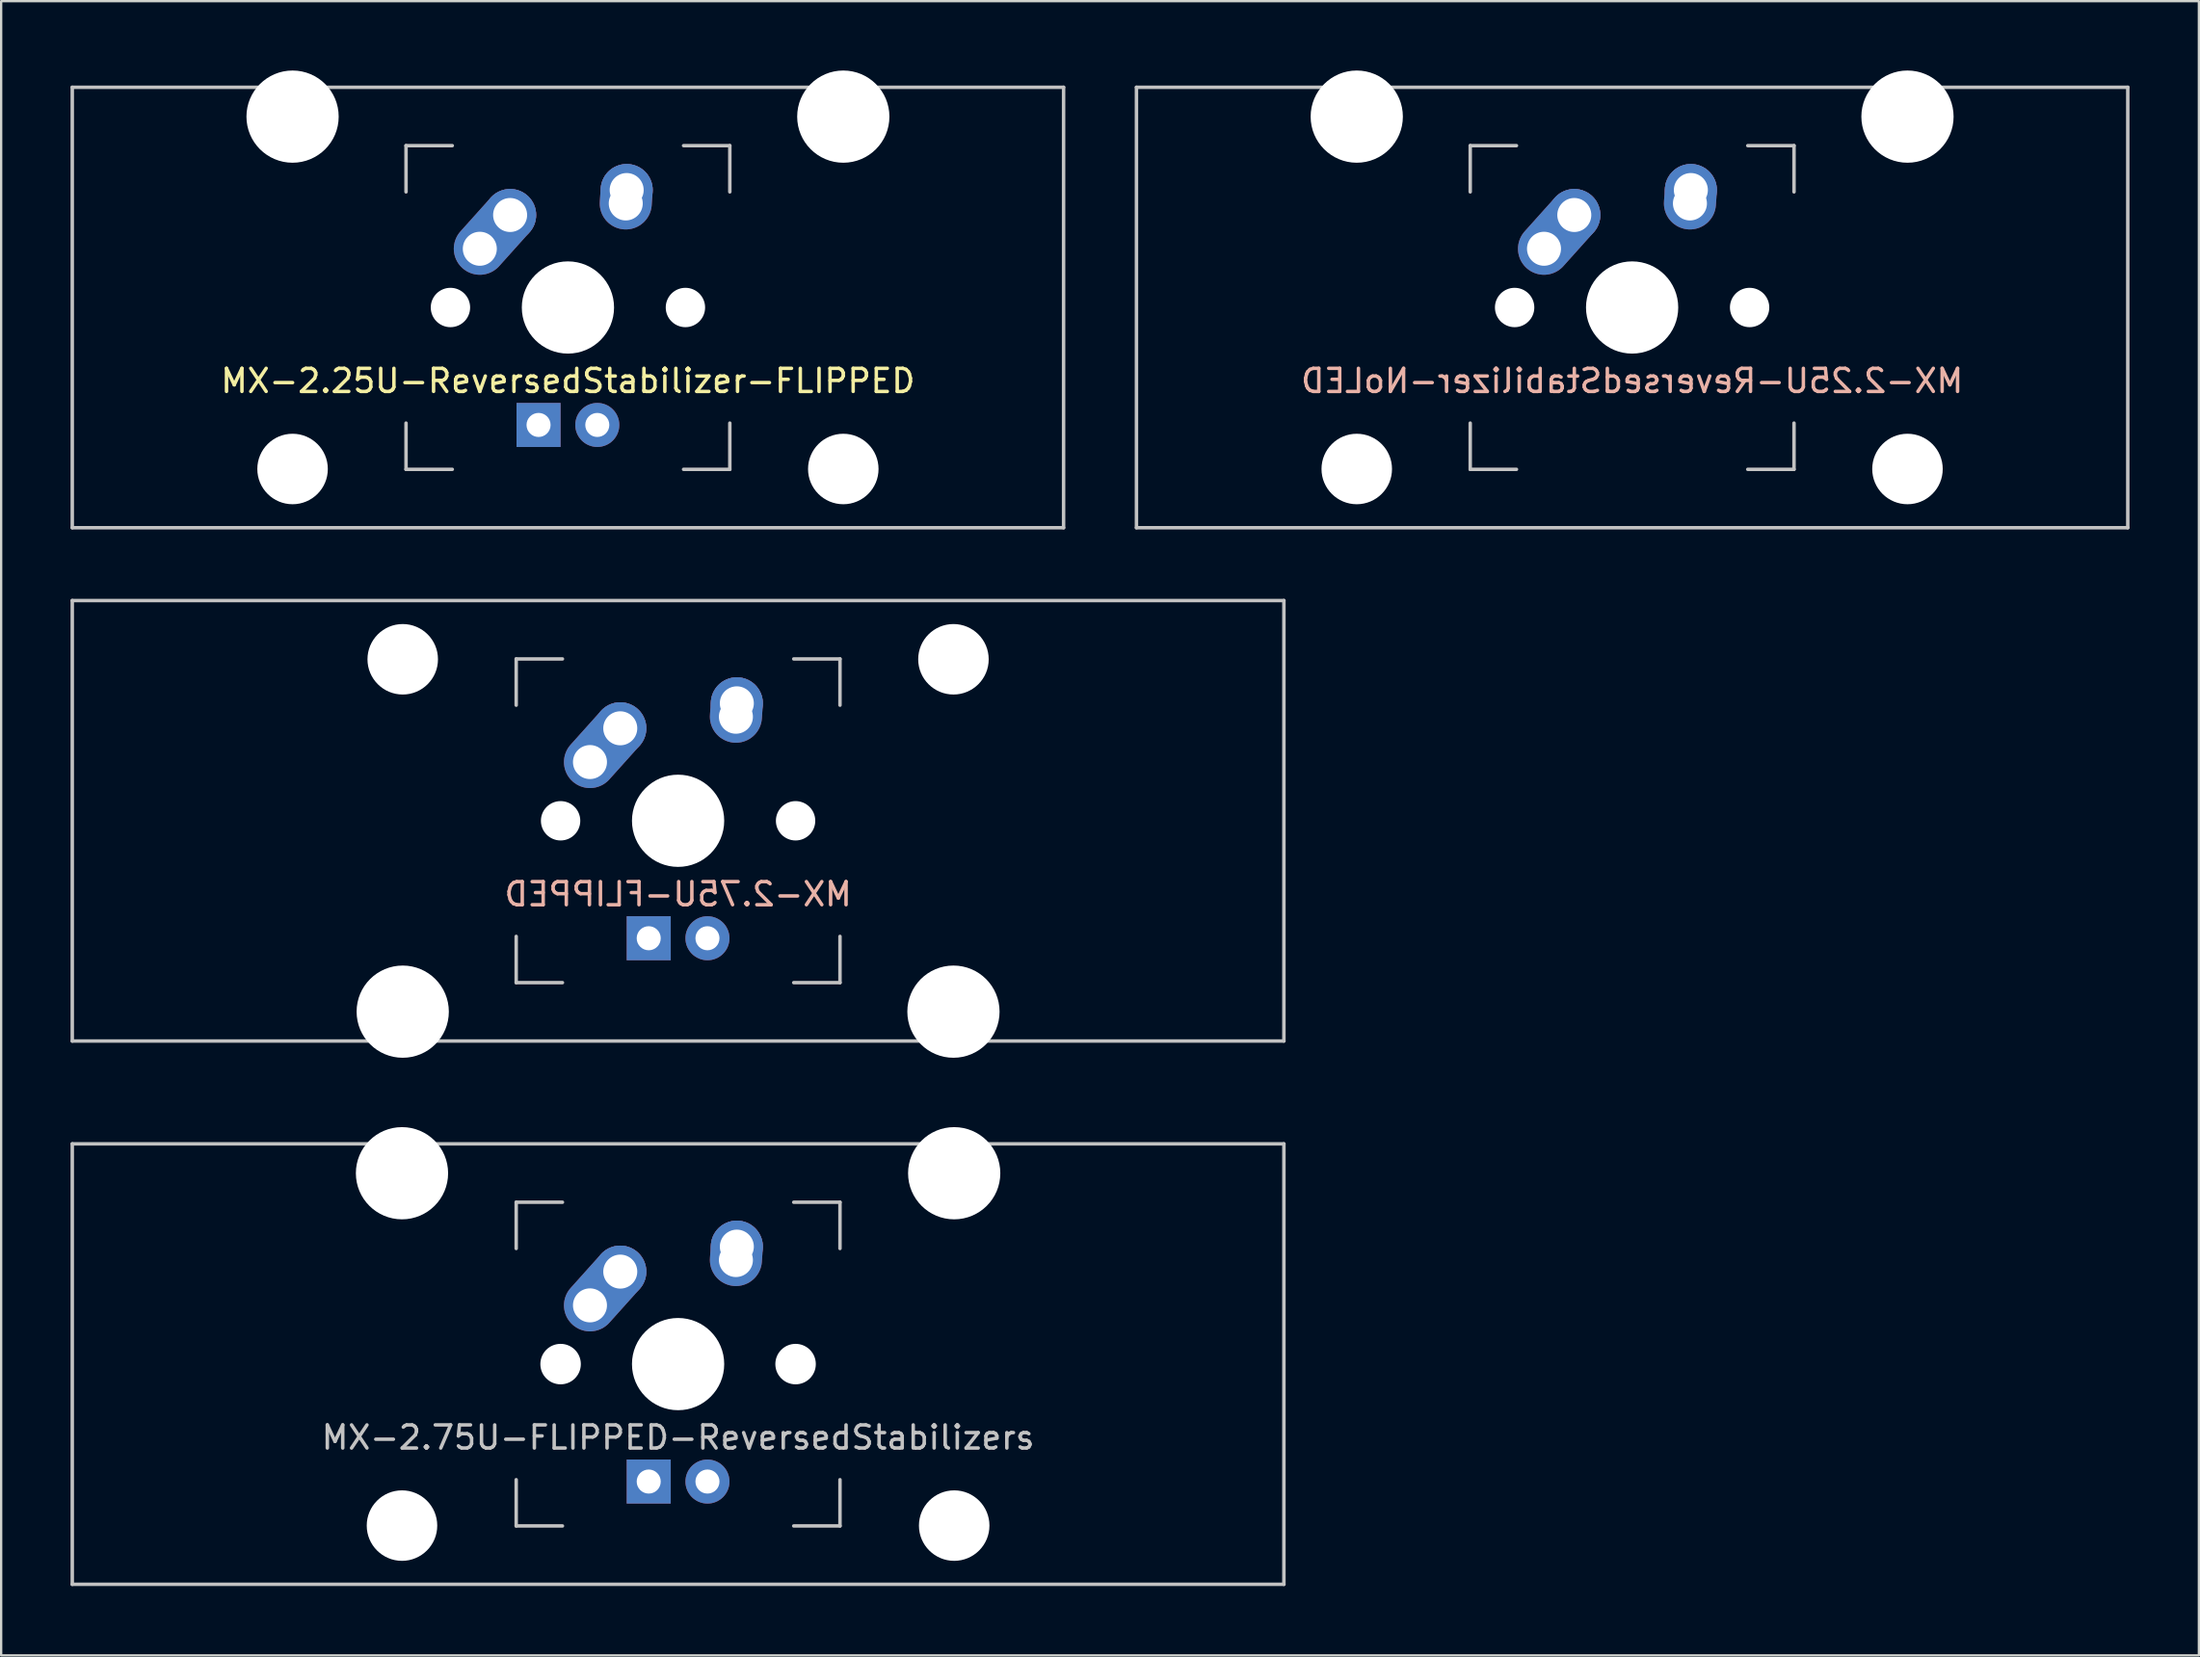
<source format=kicad_pcb>
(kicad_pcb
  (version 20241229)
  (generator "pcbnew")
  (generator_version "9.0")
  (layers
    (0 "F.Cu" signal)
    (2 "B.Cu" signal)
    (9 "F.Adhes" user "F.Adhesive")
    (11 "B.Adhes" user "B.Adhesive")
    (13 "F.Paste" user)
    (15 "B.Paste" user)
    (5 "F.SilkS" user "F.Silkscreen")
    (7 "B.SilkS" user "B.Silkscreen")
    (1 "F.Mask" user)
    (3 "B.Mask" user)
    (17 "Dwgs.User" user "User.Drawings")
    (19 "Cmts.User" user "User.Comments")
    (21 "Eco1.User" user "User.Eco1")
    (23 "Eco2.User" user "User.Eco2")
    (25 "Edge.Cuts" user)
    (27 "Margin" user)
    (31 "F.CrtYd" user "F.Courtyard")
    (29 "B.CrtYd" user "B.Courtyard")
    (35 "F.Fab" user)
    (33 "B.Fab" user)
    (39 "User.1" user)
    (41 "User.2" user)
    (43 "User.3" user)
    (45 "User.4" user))
  (footprint "MX-2.25U-ReversedStabilizer-FLIPPED"
    (layer "F.Cu")
    (at 21.506 10.249)
    (property "Reference" "MX-2.25U-ReversedStabilizer-FLIPPED" (at 0 3.175 0) (layer "F.SilkS") (effects (font (size 1 1) (thickness 0.15))))
    (attr through_hole)
    (fp_line (start -21.431 -9.525) (end 21.431 -9.525) (stroke (width 0.15) (type solid)) (layer "Dwgs.User"))
    (fp_line (start -21.431 9.525) (end -21.431 -9.525) (stroke (width 0.15) (type solid)) (layer "Dwgs.User"))
    (fp_line (start -21.431 9.525) (end 21.431 9.525) (stroke (width 0.15) (type solid)) (layer "Dwgs.User"))
    (fp_line (start -7 -7) (end -7 -5) (stroke (width 0.15) (type solid)) (layer "Dwgs.User"))
    (fp_line (start -7 5) (end -7 7) (stroke (width 0.15) (type solid)) (layer "Dwgs.User"))
    (fp_line (start -7 7) (end -5 7) (stroke (width 0.15) (type solid)) (layer "Dwgs.User"))
    (fp_line (start -5 -7) (end -7 -7) (stroke (width 0.15) (type solid)) (layer "Dwgs.User"))
    (fp_line (start 5 -7) (end 7 -7) (stroke (width 0.15) (type solid)) (layer "Dwgs.User"))
    (fp_line (start 5 7) (end 7 7) (stroke (width 0.15) (type solid)) (layer "Dwgs.User"))
    (fp_line (start 7 -7) (end 7 -5) (stroke (width 0.15) (type solid)) (layer "Dwgs.User"))
    (fp_line (start 7 7) (end 7 5) (stroke (width 0.15) (type solid)) (layer "Dwgs.User"))
    (fp_line (start 21.431 -9.525) (end 21.431 9.525) (stroke (width 0.15) (type solid)) (layer "Dwgs.User"))
    (pad "" np_thru_hole circle (at -11.906 -8.255) (size 3.988 3.988) (drill 3.988) (layers "*.Cu" "*.Mask"))
    (pad "" np_thru_hole circle (at -11.906 6.985) (size 3.048 3.048) (drill 3.048) (layers "*.Cu" "*.Mask"))
    (pad "" np_thru_hole circle (at -5.08 0 48.1) (size 1.702 1.702) (drill 1.702) (layers "*.Cu" "*.Mask"))
    (pad "" np_thru_hole circle (at 0 0) (size 3.988 3.988) (drill 3.988) (layers "*.Cu" "*.Mask"))
    (pad "" np_thru_hole circle (at 5.08 0 48.1) (size 1.702 1.702) (drill 1.702) (layers "*.Cu" "*.Mask"))
    (pad "" np_thru_hole circle (at 11.906 -8.255) (size 3.988 3.988) (drill 3.988) (layers "*.Cu" "*.Mask"))
    (pad "" np_thru_hole circle (at 11.906 6.985) (size 3.048 3.048) (drill 3.048) (layers "*.Cu" "*.Mask"))
    (pad "1" thru_hole oval (at -3.81 -2.54 48.1) (size 4.212 2.25) (drill 1.47 (offset 0.981 0)) (layers "*.Cu" "*.Mask"))
    (pad "1" thru_hole circle (at -2.5 -4) (size 2.25 2.25) (drill 1.47) (layers "*.Cu" "*.Mask"))
    (pad "2" thru_hole oval (at 2.5 -4.5 86.055) (size 2.831 2.25) (drill 1.47 (offset 0.291 0)) (layers "*.Cu" "*.Mask"))
    (pad "2" thru_hole circle (at 2.54 -5.08) (size 2.25 2.25) (drill 1.47) (layers "*.Cu" "*.Mask"))
    (pad "3" thru_hole circle (at 1.27 5.08) (size 1.905 1.905) (drill 1.04) (layers "*.Cu" "*.Mask"))
    (pad "4" thru_hole rect (at -1.27 5.08) (size 1.905 1.905) (drill 1.04) (layers "*.Cu" "*.Mask")))
  (footprint "MX-2.75U-FLIPPED-ReversedStabilizers"
    (layer "F.Cu")
    (at 26.269 55.947)
    (property "Reference" "MX-2.75U-FLIPPED-ReversedStabilizers" (at 0 3.175 0) (layer "Dwgs.User") (effects (font (size 1 1) (thickness 0.15))))
    (attr through_hole)
    (fp_line (start -26.194 -9.525) (end 26.194 -9.525) (stroke (width 0.15) (type solid)) (layer "Dwgs.User"))
    (fp_line (start -26.194 9.525) (end -26.194 -9.525) (stroke (width 0.15) (type solid)) (layer "Dwgs.User"))
    (fp_line (start -26.194 9.525) (end 26.194 9.525) (stroke (width 0.15) (type solid)) (layer "Dwgs.User"))
    (fp_line (start -7 -7) (end -7 -5) (stroke (width 0.15) (type solid)) (layer "Dwgs.User"))
    (fp_line (start -7 5) (end -7 7) (stroke (width 0.15) (type solid)) (layer "Dwgs.User"))
    (fp_line (start -7 7) (end -5 7) (stroke (width 0.15) (type solid)) (layer "Dwgs.User"))
    (fp_line (start -5 -7) (end -7 -7) (stroke (width 0.15) (type solid)) (layer "Dwgs.User"))
    (fp_line (start 5 -7) (end 7 -7) (stroke (width 0.15) (type solid)) (layer "Dwgs.User"))
    (fp_line (start 5 7) (end 7 7) (stroke (width 0.15) (type solid)) (layer "Dwgs.User"))
    (fp_line (start 7 -7) (end 7 -5) (stroke (width 0.15) (type solid)) (layer "Dwgs.User"))
    (fp_line (start 7 7) (end 7 5) (stroke (width 0.15) (type solid)) (layer "Dwgs.User"))
    (fp_line (start 26.194 -9.525) (end 26.194 9.525) (stroke (width 0.15) (type solid)) (layer "Dwgs.User"))
    (pad "" np_thru_hole circle (at -11.938 -8.255) (size 3.988 3.988) (drill 3.988) (layers "*.Cu" "*.Mask"))
    (pad "" np_thru_hole circle (at -11.938 6.985) (size 3.048 3.048) (drill 3.048) (layers "*.Cu" "*.Mask"))
    (pad "" np_thru_hole circle (at -5.08 0 48.1) (size 1.75 1.75) (drill 1.75) (layers "*.Cu" "*.Mask"))
    (pad "" np_thru_hole circle (at 0 0) (size 3.988 3.988) (drill 3.988) (layers "*.Cu" "*.Mask"))
    (pad "" np_thru_hole circle (at 5.08 0 48.1) (size 1.75 1.75) (drill 1.75) (layers "*.Cu" "*.Mask"))
    (pad "" np_thru_hole circle (at 11.938 -8.255) (size 3.988 3.988) (drill 3.988) (layers "*.Cu" "*.Mask"))
    (pad "" np_thru_hole circle (at 11.938 6.985) (size 3.048 3.048) (drill 3.048) (layers "*.Cu" "*.Mask"))
    (pad "1" thru_hole oval (at -3.81 -2.54 48.1) (size 4.212 2.25) (drill 1.47 (offset 0.981 0)) (layers "*.Cu" "B.Mask"))
    (pad "1" thru_hole circle (at -2.5 -4) (size 2.25 2.25) (drill 1.47) (layers "*.Cu" "B.Mask"))
    (pad "2" thru_hole oval (at 2.5 -4.5 86.055) (size 2.831 2.25) (drill 1.47 (offset 0.291 0)) (layers "*.Cu" "B.Mask"))
    (pad "2" thru_hole circle (at 2.54 -5.08) (size 2.25 2.25) (drill 1.47) (layers "*.Cu" "B.Mask"))
    (pad "3" thru_hole circle (at 1.27 5.08) (size 1.905 1.905) (drill 1.04) (layers "*.Cu" "B.Mask"))
    (pad "4" thru_hole rect (at -1.27 5.08) (size 1.905 1.905) (drill 1.04) (layers "*.Cu" "B.Mask")))
  (footprint "MX-2.75U-FLIPPED"
    (layer "F.Cu")
    (at 26.269 32.449)
    (property "Reference" "MX-2.75U-FLIPPED" (at 0 3.175 0) (layer "B.SilkS") (effects (font (size 1 1) (thickness 0.15)) (justify mirror)))
    (attr through_hole)
    (fp_line (start -26.194 -9.525) (end 26.194 -9.525) (stroke (width 0.15) (type solid)) (layer "Dwgs.User"))
    (fp_line (start -26.194 9.525) (end -26.194 -9.525) (stroke (width 0.15) (type solid)) (layer "Dwgs.User"))
    (fp_line (start -26.194 9.525) (end 26.194 9.525) (stroke (width 0.15) (type solid)) (layer "Dwgs.User"))
    (fp_line (start -7 -7) (end -7 -5) (stroke (width 0.15) (type solid)) (layer "Dwgs.User"))
    (fp_line (start -7 5) (end -7 7) (stroke (width 0.15) (type solid)) (layer "Dwgs.User"))
    (fp_line (start -7 7) (end -5 7) (stroke (width 0.15) (type solid)) (layer "Dwgs.User"))
    (fp_line (start -5 -7) (end -7 -7) (stroke (width 0.15) (type solid)) (layer "Dwgs.User"))
    (fp_line (start 5 -7) (end 7 -7) (stroke (width 0.15) (type solid)) (layer "Dwgs.User"))
    (fp_line (start 5 7) (end 7 7) (stroke (width 0.15) (type solid)) (layer "Dwgs.User"))
    (fp_line (start 7 -7) (end 7 -5) (stroke (width 0.15) (type solid)) (layer "Dwgs.User"))
    (fp_line (start 7 7) (end 7 5) (stroke (width 0.15) (type solid)) (layer "Dwgs.User"))
    (fp_line (start 26.194 -9.525) (end 26.194 9.525) (stroke (width 0.15) (type solid)) (layer "Dwgs.User"))
    (pad "" np_thru_hole circle (at -11.906 -6.985) (size 3.048 3.048) (drill 3.048) (layers "*.Cu" "*.Mask"))
    (pad "" np_thru_hole circle (at -11.906 8.255) (size 3.988 3.988) (drill 3.988) (layers "*.Cu" "*.Mask"))
    (pad "" np_thru_hole circle (at -5.08 0 48.1) (size 1.702 1.702) (drill 1.702) (layers "*.Cu" "*.Mask"))
    (pad "" np_thru_hole circle (at 0 0) (size 3.988 3.988) (drill 3.988) (layers "*.Cu" "*.Mask"))
    (pad "" np_thru_hole circle (at 5.08 0 48.1) (size 1.702 1.702) (drill 1.702) (layers "*.Cu" "*.Mask"))
    (pad "" np_thru_hole circle (at 11.906 -6.985) (size 3.048 3.048) (drill 3.048) (layers "*.Cu" "*.Mask"))
    (pad "" np_thru_hole circle (at 11.906 8.255) (size 3.988 3.988) (drill 3.988) (layers "*.Cu" "*.Mask"))
    (pad "1" thru_hole oval (at -3.81 -2.54 48.1) (size 4.212 2.25) (drill 1.47 (offset 0.981 0)) (layers "*.Cu" "*.Mask"))
    (pad "1" thru_hole circle (at -2.5 -4) (size 2.25 2.25) (drill 1.47) (layers "*.Cu" "*.Mask"))
    (pad "2" thru_hole oval (at 2.5 -4.5 86.055) (size 2.831 2.25) (drill 1.47 (offset 0.291 0)) (layers "*.Cu" "*.Mask"))
    (pad "2" thru_hole circle (at 2.54 -5.08) (size 2.25 2.25) (drill 1.47) (layers "*.Cu" "*.Mask"))
    (pad "3" thru_hole circle (at 1.27 5.08) (size 1.905 1.905) (drill 1.04) (layers "*.Cu" "*.Mask"))
    (pad "4" thru_hole rect (at -1.27 5.08) (size 1.905 1.905) (drill 1.04) (layers "*.Cu" "*.Mask")))
  (footprint "MX-2.25U-ReversedStabilizer-NoLED"
    (layer "F.Cu")
    (at 67.519 10.249)
    (property "Reference" "MX-2.25U-ReversedStabilizer-NoLED" (at 0 3.175 0) (layer "B.SilkS") (effects (font (size 1 1) (thickness 0.15)) (justify mirror)))
    (attr through_hole)
    (fp_line (start -21.431 -9.525) (end 21.431 -9.525) (stroke (width 0.15) (type solid)) (layer "Dwgs.User"))
    (fp_line (start -21.431 9.525) (end -21.431 -9.525) (stroke (width 0.15) (type solid)) (layer "Dwgs.User"))
    (fp_line (start -21.431 9.525) (end 21.431 9.525) (stroke (width 0.15) (type solid)) (layer "Dwgs.User"))
    (fp_line (start -7 -7) (end -7 -5) (stroke (width 0.15) (type solid)) (layer "Dwgs.User"))
    (fp_line (start -7 5) (end -7 7) (stroke (width 0.15) (type solid)) (layer "Dwgs.User"))
    (fp_line (start -7 7) (end -5 7) (stroke (width 0.15) (type solid)) (layer "Dwgs.User"))
    (fp_line (start -5 -7) (end -7 -7) (stroke (width 0.15) (type solid)) (layer "Dwgs.User"))
    (fp_line (start 5 -7) (end 7 -7) (stroke (width 0.15) (type solid)) (layer "Dwgs.User"))
    (fp_line (start 5 7) (end 7 7) (stroke (width 0.15) (type solid)) (layer "Dwgs.User"))
    (fp_line (start 7 -7) (end 7 -5) (stroke (width 0.15) (type solid)) (layer "Dwgs.User"))
    (fp_line (start 7 7) (end 7 5) (stroke (width 0.15) (type solid)) (layer "Dwgs.User"))
    (fp_line (start 21.431 -9.525) (end 21.431 9.525) (stroke (width 0.15) (type solid)) (layer "Dwgs.User"))
    (pad "" np_thru_hole circle (at -11.906 -8.255) (size 3.988 3.988) (drill 3.988) (layers "*.Cu" "*.Mask"))
    (pad "" np_thru_hole circle (at -11.906 6.985) (size 3.048 3.048) (drill 3.048) (layers "*.Cu" "*.Mask"))
    (pad "" np_thru_hole circle (at -5.08 0 48.1) (size 1.702 1.702) (drill 1.702) (layers "*.Cu" "*.Mask"))
    (pad "" np_thru_hole circle (at 0 0) (size 3.988 3.988) (drill 3.988) (layers "*.Cu" "*.Mask"))
    (pad "" np_thru_hole circle (at 5.08 0 48.1) (size 1.702 1.702) (drill 1.702) (layers "*.Cu" "*.Mask"))
    (pad "" np_thru_hole circle (at 11.906 -8.255) (size 3.988 3.988) (drill 3.988) (layers "*.Cu" "*.Mask"))
    (pad "" np_thru_hole circle (at 11.906 6.985) (size 3.048 3.048) (drill 3.048) (layers "*.Cu" "*.Mask"))
    (pad "1" thru_hole oval (at -3.81 -2.54 48.1) (size 4.212 2.25) (drill 1.47 (offset 0.981 0)) (layers "*.Cu" "*.Mask"))
    (pad "1" thru_hole circle (at -2.5 -4) (size 2.25 2.25) (drill 1.47) (layers "*.Cu" "*.Mask"))
    (pad "2" thru_hole oval (at 2.5 -4.5 86.055) (size 2.831 2.25) (drill 1.47 (offset 0.291 0)) (layers "*.Cu" "*.Mask"))
    (pad "2" thru_hole circle (at 2.54 -5.08) (size 2.25 2.25) (drill 1.47) (layers "*.Cu" "*.Mask")))
  (gr_rect
    (start -3 -3)
    (end 92.025 68.547)
    (stroke (width 0.1) (type default))
    (fill no)
    (layer "Edge.Cuts")))
</source>
